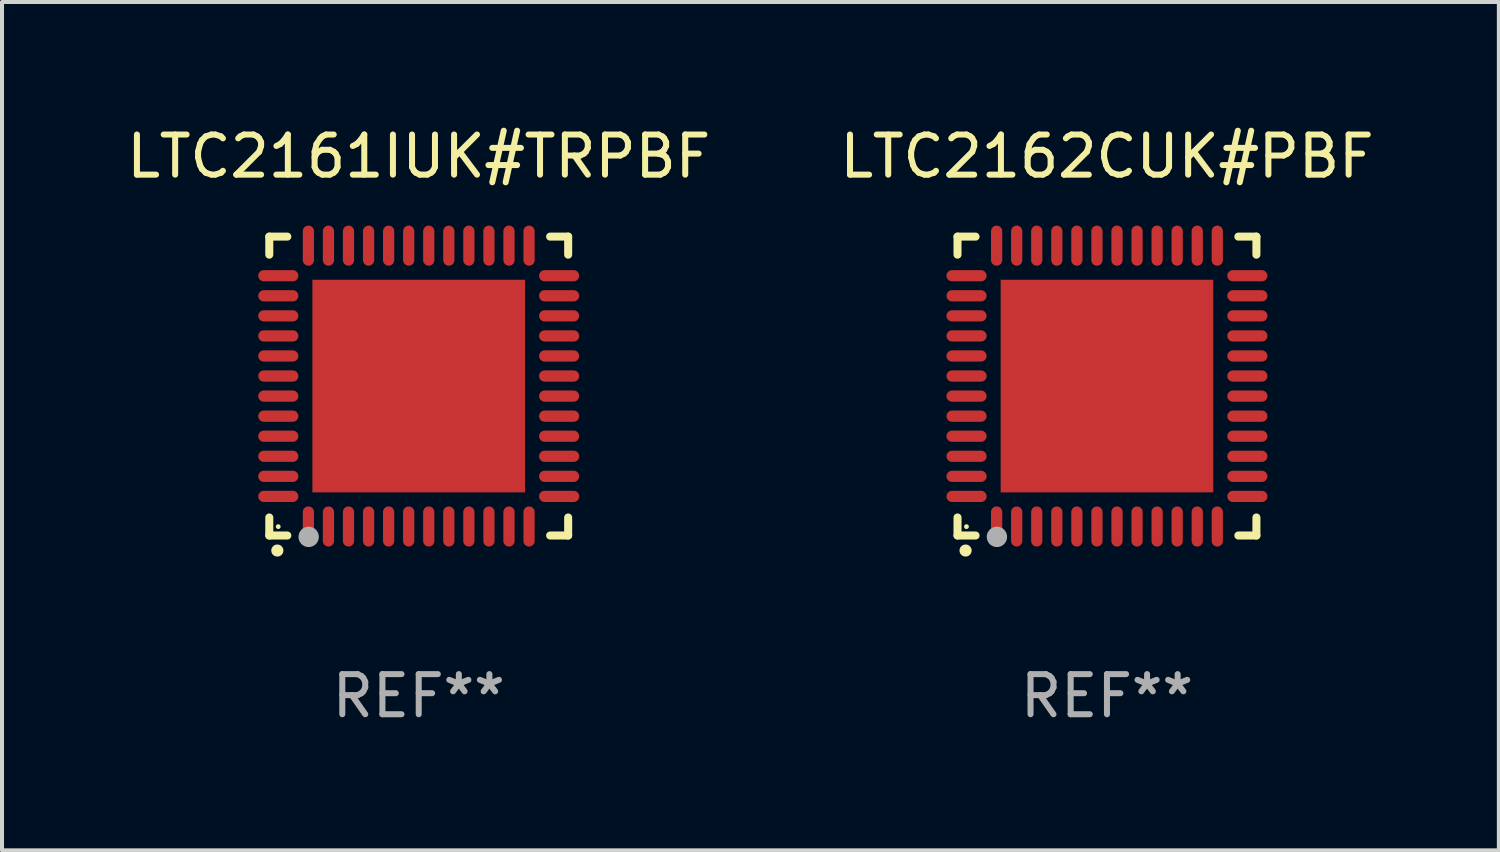
<source format=kicad_pcb>
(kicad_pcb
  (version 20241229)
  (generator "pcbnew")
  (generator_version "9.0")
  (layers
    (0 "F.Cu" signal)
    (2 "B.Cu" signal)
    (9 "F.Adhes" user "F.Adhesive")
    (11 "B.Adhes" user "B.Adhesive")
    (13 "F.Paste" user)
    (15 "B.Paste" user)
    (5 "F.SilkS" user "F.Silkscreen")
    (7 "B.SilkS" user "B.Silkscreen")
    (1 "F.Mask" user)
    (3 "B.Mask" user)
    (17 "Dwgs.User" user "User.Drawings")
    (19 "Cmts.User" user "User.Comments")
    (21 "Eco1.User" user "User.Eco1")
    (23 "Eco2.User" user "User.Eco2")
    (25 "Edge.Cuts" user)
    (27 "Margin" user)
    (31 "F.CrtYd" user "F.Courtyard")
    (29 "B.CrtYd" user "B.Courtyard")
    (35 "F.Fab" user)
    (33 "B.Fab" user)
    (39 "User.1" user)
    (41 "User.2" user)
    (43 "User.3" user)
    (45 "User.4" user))
  (footprint "LTC2161IUK#TRPBF"
    (layer "F.Cu")
    (at 7.387 6.573)
    (property "Reference" "LTC2161IUK#TRPBF" (at 0 -5.725 0) (layer "F.SilkS") (effects (font (size 1 1) (thickness 0.15))))
    (attr through_hole)
    (fp_line (start -3.725 -3.725) (end -3.275 -3.725) (stroke (width 0.2) (type solid)) (layer "F.SilkS"))
    (fp_line (start -3.725 -3.275) (end -3.725 -3.725) (stroke (width 0.2) (type solid)) (layer "F.SilkS"))
    (fp_line (start -3.725 3.725) (end -3.725 3.275) (stroke (width 0.2) (type solid)) (layer "F.SilkS"))
    (fp_line (start -3.275 3.725) (end -3.725 3.725) (stroke (width 0.2) (type solid)) (layer "F.SilkS"))
    (fp_line (start 3.275 3.725) (end 3.725 3.725) (stroke (width 0.2) (type solid)) (layer "F.SilkS"))
    (fp_line (start 3.725 -3.725) (end 3.275 -3.725) (stroke (width 0.2) (type solid)) (layer "F.SilkS"))
    (fp_line (start 3.725 -3.275) (end 3.725 -3.725) (stroke (width 0.2) (type solid)) (layer "F.SilkS"))
    (fp_line (start 3.725 3.725) (end 3.725 3.275) (stroke (width 0.2) (type solid)) (layer "F.SilkS"))
    (fp_arc (start -3.525527 4.099568) (mid -3.524257 4.099563) (end -3.522987 4.099568) (stroke (width 0.3) (type solid)) (layer "F.SilkS"))
    (fp_circle (center -3.502 3.504) (end -3.472 3.504) (stroke (width 0.06) (type solid)) (fill no) (layer "F.SilkS"))
    (fp_circle (center -2.743 3.759) (end -2.616 3.759) (stroke (width 0.254) (type solid)) (fill no) (layer "F.Fab"))
    (fp_text user "REF**" (at 0 7.725 0) (layer "F.Fab") (effects (font (size 1 1) (thickness 0.15))))
    (pad "1" smd oval (at -2.75 3.5) (size 0.28 1) (layers "F.Cu" "F.Mask" "F.Paste"))
    (pad "2" smd oval (at -2.25 3.5) (size 0.28 1) (layers "F.Cu" "F.Mask" "F.Paste"))
    (pad "3" smd oval (at -1.75 3.5) (size 0.28 1) (layers "F.Cu" "F.Mask" "F.Paste"))
    (pad "4" smd oval (at -1.25 3.5) (size 0.28 1) (layers "F.Cu" "F.Mask" "F.Paste"))
    (pad "5" smd oval (at -0.75 3.5) (size 0.28 1) (layers "F.Cu" "F.Mask" "F.Paste"))
    (pad "6" smd oval (at -0.25 3.5) (size 0.28 1) (layers "F.Cu" "F.Mask" "F.Paste"))
    (pad "7" smd oval (at 0.25 3.5) (size 0.28 1) (layers "F.Cu" "F.Mask" "F.Paste"))
    (pad "8" smd oval (at 0.75 3.5) (size 0.28 1) (layers "F.Cu" "F.Mask" "F.Paste"))
    (pad "9" smd oval (at 1.25 3.5) (size 0.28 1) (layers "F.Cu" "F.Mask" "F.Paste"))
    (pad "10" smd oval (at 1.75 3.5) (size 0.28 1) (layers "F.Cu" "F.Mask" "F.Paste"))
    (pad "11" smd oval (at 2.25 3.5) (size 0.28 1) (layers "F.Cu" "F.Mask" "F.Paste"))
    (pad "12" smd oval (at 2.75 3.5) (size 0.28 1) (layers "F.Cu" "F.Mask" "F.Paste"))
    (pad "13" smd oval (at 3.5 2.75) (size 1 0.28) (layers "F.Cu" "F.Mask" "F.Paste"))
    (pad "14" smd oval (at 3.5 2.25) (size 1 0.28) (layers "F.Cu" "F.Mask" "F.Paste"))
    (pad "15" smd oval (at 3.5 1.75) (size 1 0.28) (layers "F.Cu" "F.Mask" "F.Paste"))
    (pad "16" smd oval (at 3.5 1.25) (size 1 0.28) (layers "F.Cu" "F.Mask" "F.Paste"))
    (pad "17" smd oval (at 3.5 0.75) (size 1 0.28) (layers "F.Cu" "F.Mask" "F.Paste"))
    (pad "18" smd oval (at 3.5 0.25) (size 1 0.28) (layers "F.Cu" "F.Mask" "F.Paste"))
    (pad "19" smd oval (at 3.5 -0.25) (size 1 0.28) (layers "F.Cu" "F.Mask" "F.Paste"))
    (pad "20" smd oval (at 3.5 -0.75) (size 1 0.28) (layers "F.Cu" "F.Mask" "F.Paste"))
    (pad "21" smd oval (at 3.5 -1.25) (size 1 0.28) (layers "F.Cu" "F.Mask" "F.Paste"))
    (pad "22" smd oval (at 3.5 -1.75) (size 1 0.28) (layers "F.Cu" "F.Mask" "F.Paste"))
    (pad "23" smd oval (at 3.5 -2.25) (size 1 0.28) (layers "F.Cu" "F.Mask" "F.Paste"))
    (pad "24" smd oval (at 3.5 -2.75) (size 1 0.28) (layers "F.Cu" "F.Mask" "F.Paste"))
    (pad "25" smd oval (at 2.75 -3.5) (size 0.28 1) (layers "F.Cu" "F.Mask" "F.Paste"))
    (pad "26" smd oval (at 2.25 -3.5) (size 0.28 1) (layers "F.Cu" "F.Mask" "F.Paste"))
    (pad "27" smd oval (at 1.75 -3.5) (size 0.28 1) (layers "F.Cu" "F.Mask" "F.Paste"))
    (pad "28" smd oval (at 1.25 -3.5) (size 0.28 1) (layers "F.Cu" "F.Mask" "F.Paste"))
    (pad "29" smd oval (at 0.75 -3.5) (size 0.28 1) (layers "F.Cu" "F.Mask" "F.Paste"))
    (pad "30" smd oval (at 0.25 -3.5) (size 0.28 1) (layers "F.Cu" "F.Mask" "F.Paste"))
    (pad "31" smd oval (at -0.25 -3.5) (size 0.28 1) (layers "F.Cu" "F.Mask" "F.Paste"))
    (pad "32" smd oval (at -0.75 -3.5) (size 0.28 1) (layers "F.Cu" "F.Mask" "F.Paste"))
    (pad "33" smd oval (at -1.25 -3.5) (size 0.28 1) (layers "F.Cu" "F.Mask" "F.Paste"))
    (pad "34" smd oval (at -1.75 -3.5) (size 0.28 1) (layers "F.Cu" "F.Mask" "F.Paste"))
    (pad "35" smd oval (at -2.25 -3.5) (size 0.28 1) (layers "F.Cu" "F.Mask" "F.Paste"))
    (pad "36" smd oval (at -2.75 -3.5) (size 0.28 1) (layers "F.Cu" "F.Mask" "F.Paste"))
    (pad "37" smd oval (at -3.5 -2.75) (size 1 0.28) (layers "F.Cu" "F.Mask" "F.Paste"))
    (pad "38" smd oval (at -3.5 -2.25) (size 1 0.28) (layers "F.Cu" "F.Mask" "F.Paste"))
    (pad "39" smd oval (at -3.5 -1.75) (size 1 0.28) (layers "F.Cu" "F.Mask" "F.Paste"))
    (pad "40" smd oval (at -3.5 -1.25) (size 1 0.28) (layers "F.Cu" "F.Mask" "F.Paste"))
    (pad "41" smd oval (at -3.5 -0.75) (size 1 0.28) (layers "F.Cu" "F.Mask" "F.Paste"))
    (pad "42" smd oval (at -3.5 -0.25) (size 1 0.28) (layers "F.Cu" "F.Mask" "F.Paste"))
    (pad "43" smd oval (at -3.5 0.25) (size 1 0.28) (layers "F.Cu" "F.Mask" "F.Paste"))
    (pad "44" smd oval (at -3.5 0.75) (size 1 0.28) (layers "F.Cu" "F.Mask" "F.Paste"))
    (pad "45" smd oval (at -3.5 1.25) (size 1 0.28) (layers "F.Cu" "F.Mask" "F.Paste"))
    (pad "46" smd oval (at -3.5 1.75) (size 1 0.28) (layers "F.Cu" "F.Mask" "F.Paste"))
    (pad "47" smd oval (at -3.5 2.25) (size 1 0.28) (layers "F.Cu" "F.Mask" "F.Paste"))
    (pad "48" smd oval (at -3.5 2.75) (size 1 0.28) (layers "F.Cu" "F.Mask" "F.Paste"))
    (pad "49" smd rect (at 0 0) (size 5.3 5.3) (layers "F.Cu" "F.Mask" "F.Paste")))
  (footprint "LTC2162CUK#PBF"
    (layer "F.Cu")
    (at 24.542 6.573)
    (property "Reference" "LTC2162CUK#PBF" (at 0 -5.725 0) (layer "F.SilkS") (effects (font (size 1 1) (thickness 0.15))))
    (attr through_hole)
    (fp_line (start -3.725 -3.725) (end -3.275 -3.725) (stroke (width 0.2) (type solid)) (layer "F.SilkS"))
    (fp_line (start -3.725 -3.275) (end -3.725 -3.725) (stroke (width 0.2) (type solid)) (layer "F.SilkS"))
    (fp_line (start -3.725 3.725) (end -3.725 3.275) (stroke (width 0.2) (type solid)) (layer "F.SilkS"))
    (fp_line (start -3.275 3.725) (end -3.725 3.725) (stroke (width 0.2) (type solid)) (layer "F.SilkS"))
    (fp_line (start 3.275 3.725) (end 3.725 3.725) (stroke (width 0.2) (type solid)) (layer "F.SilkS"))
    (fp_line (start 3.725 -3.725) (end 3.275 -3.725) (stroke (width 0.2) (type solid)) (layer "F.SilkS"))
    (fp_line (start 3.725 -3.275) (end 3.725 -3.725) (stroke (width 0.2) (type solid)) (layer "F.SilkS"))
    (fp_line (start 3.725 3.725) (end 3.725 3.275) (stroke (width 0.2) (type solid)) (layer "F.SilkS"))
    (fp_arc (start -3.525527 4.099568) (mid -3.524257 4.099563) (end -3.522987 4.099568) (stroke (width 0.3) (type solid)) (layer "F.SilkS"))
    (fp_circle (center -3.502 3.504) (end -3.472 3.504) (stroke (width 0.06) (type solid)) (fill no) (layer "F.SilkS"))
    (fp_circle (center -2.743 3.759) (end -2.616 3.759) (stroke (width 0.254) (type solid)) (fill no) (layer "F.Fab"))
    (fp_text user "REF**" (at 0 7.725 0) (layer "F.Fab") (effects (font (size 1 1) (thickness 0.15))))
    (pad "1" smd oval (at -2.75 3.5) (size 0.28 1) (layers "F.Cu" "F.Mask" "F.Paste"))
    (pad "2" smd oval (at -2.25 3.5) (size 0.28 1) (layers "F.Cu" "F.Mask" "F.Paste"))
    (pad "3" smd oval (at -1.75 3.5) (size 0.28 1) (layers "F.Cu" "F.Mask" "F.Paste"))
    (pad "4" smd oval (at -1.25 3.5) (size 0.28 1) (layers "F.Cu" "F.Mask" "F.Paste"))
    (pad "5" smd oval (at -0.75 3.5) (size 0.28 1) (layers "F.Cu" "F.Mask" "F.Paste"))
    (pad "6" smd oval (at -0.25 3.5) (size 0.28 1) (layers "F.Cu" "F.Mask" "F.Paste"))
    (pad "7" smd oval (at 0.25 3.5) (size 0.28 1) (layers "F.Cu" "F.Mask" "F.Paste"))
    (pad "8" smd oval (at 0.75 3.5) (size 0.28 1) (layers "F.Cu" "F.Mask" "F.Paste"))
    (pad "9" smd oval (at 1.25 3.5) (size 0.28 1) (layers "F.Cu" "F.Mask" "F.Paste"))
    (pad "10" smd oval (at 1.75 3.5) (size 0.28 1) (layers "F.Cu" "F.Mask" "F.Paste"))
    (pad "11" smd oval (at 2.25 3.5) (size 0.28 1) (layers "F.Cu" "F.Mask" "F.Paste"))
    (pad "12" smd oval (at 2.75 3.5) (size 0.28 1) (layers "F.Cu" "F.Mask" "F.Paste"))
    (pad "13" smd oval (at 3.5 2.75) (size 1 0.28) (layers "F.Cu" "F.Mask" "F.Paste"))
    (pad "14" smd oval (at 3.5 2.25) (size 1 0.28) (layers "F.Cu" "F.Mask" "F.Paste"))
    (pad "15" smd oval (at 3.5 1.75) (size 1 0.28) (layers "F.Cu" "F.Mask" "F.Paste"))
    (pad "16" smd oval (at 3.5 1.25) (size 1 0.28) (layers "F.Cu" "F.Mask" "F.Paste"))
    (pad "17" smd oval (at 3.5 0.75) (size 1 0.28) (layers "F.Cu" "F.Mask" "F.Paste"))
    (pad "18" smd oval (at 3.5 0.25) (size 1 0.28) (layers "F.Cu" "F.Mask" "F.Paste"))
    (pad "19" smd oval (at 3.5 -0.25) (size 1 0.28) (layers "F.Cu" "F.Mask" "F.Paste"))
    (pad "20" smd oval (at 3.5 -0.75) (size 1 0.28) (layers "F.Cu" "F.Mask" "F.Paste"))
    (pad "21" smd oval (at 3.5 -1.25) (size 1 0.28) (layers "F.Cu" "F.Mask" "F.Paste"))
    (pad "22" smd oval (at 3.5 -1.75) (size 1 0.28) (layers "F.Cu" "F.Mask" "F.Paste"))
    (pad "23" smd oval (at 3.5 -2.25) (size 1 0.28) (layers "F.Cu" "F.Mask" "F.Paste"))
    (pad "24" smd oval (at 3.5 -2.75) (size 1 0.28) (layers "F.Cu" "F.Mask" "F.Paste"))
    (pad "25" smd oval (at 2.75 -3.5) (size 0.28 1) (layers "F.Cu" "F.Mask" "F.Paste"))
    (pad "26" smd oval (at 2.25 -3.5) (size 0.28 1) (layers "F.Cu" "F.Mask" "F.Paste"))
    (pad "27" smd oval (at 1.75 -3.5) (size 0.28 1) (layers "F.Cu" "F.Mask" "F.Paste"))
    (pad "28" smd oval (at 1.25 -3.5) (size 0.28 1) (layers "F.Cu" "F.Mask" "F.Paste"))
    (pad "29" smd oval (at 0.75 -3.5) (size 0.28 1) (layers "F.Cu" "F.Mask" "F.Paste"))
    (pad "30" smd oval (at 0.25 -3.5) (size 0.28 1) (layers "F.Cu" "F.Mask" "F.Paste"))
    (pad "31" smd oval (at -0.25 -3.5) (size 0.28 1) (layers "F.Cu" "F.Mask" "F.Paste"))
    (pad "32" smd oval (at -0.75 -3.5) (size 0.28 1) (layers "F.Cu" "F.Mask" "F.Paste"))
    (pad "33" smd oval (at -1.25 -3.5) (size 0.28 1) (layers "F.Cu" "F.Mask" "F.Paste"))
    (pad "34" smd oval (at -1.75 -3.5) (size 0.28 1) (layers "F.Cu" "F.Mask" "F.Paste"))
    (pad "35" smd oval (at -2.25 -3.5) (size 0.28 1) (layers "F.Cu" "F.Mask" "F.Paste"))
    (pad "36" smd oval (at -2.75 -3.5) (size 0.28 1) (layers "F.Cu" "F.Mask" "F.Paste"))
    (pad "37" smd oval (at -3.5 -2.75) (size 1 0.28) (layers "F.Cu" "F.Mask" "F.Paste"))
    (pad "38" smd oval (at -3.5 -2.25) (size 1 0.28) (layers "F.Cu" "F.Mask" "F.Paste"))
    (pad "39" smd oval (at -3.5 -1.75) (size 1 0.28) (layers "F.Cu" "F.Mask" "F.Paste"))
    (pad "40" smd oval (at -3.5 -1.25) (size 1 0.28) (layers "F.Cu" "F.Mask" "F.Paste"))
    (pad "41" smd oval (at -3.5 -0.75) (size 1 0.28) (layers "F.Cu" "F.Mask" "F.Paste"))
    (pad "42" smd oval (at -3.5 -0.25) (size 1 0.28) (layers "F.Cu" "F.Mask" "F.Paste"))
    (pad "43" smd oval (at -3.5 0.25) (size 1 0.28) (layers "F.Cu" "F.Mask" "F.Paste"))
    (pad "44" smd oval (at -3.5 0.75) (size 1 0.28) (layers "F.Cu" "F.Mask" "F.Paste"))
    (pad "45" smd oval (at -3.5 1.25) (size 1 0.28) (layers "F.Cu" "F.Mask" "F.Paste"))
    (pad "46" smd oval (at -3.5 1.75) (size 1 0.28) (layers "F.Cu" "F.Mask" "F.Paste"))
    (pad "47" smd oval (at -3.5 2.25) (size 1 0.28) (layers "F.Cu" "F.Mask" "F.Paste"))
    (pad "48" smd oval (at -3.5 2.75) (size 1 0.28) (layers "F.Cu" "F.Mask" "F.Paste"))
    (pad "49" smd rect (at 0 0) (size 5.3 5.3) (layers "F.Cu" "F.Mask" "F.Paste")))
  (gr_rect
    (start -3 -3)
    (end 34.31 18.146)
    (stroke (width 0.1) (type default))
    (fill no)
    (layer "Edge.Cuts")))
</source>
